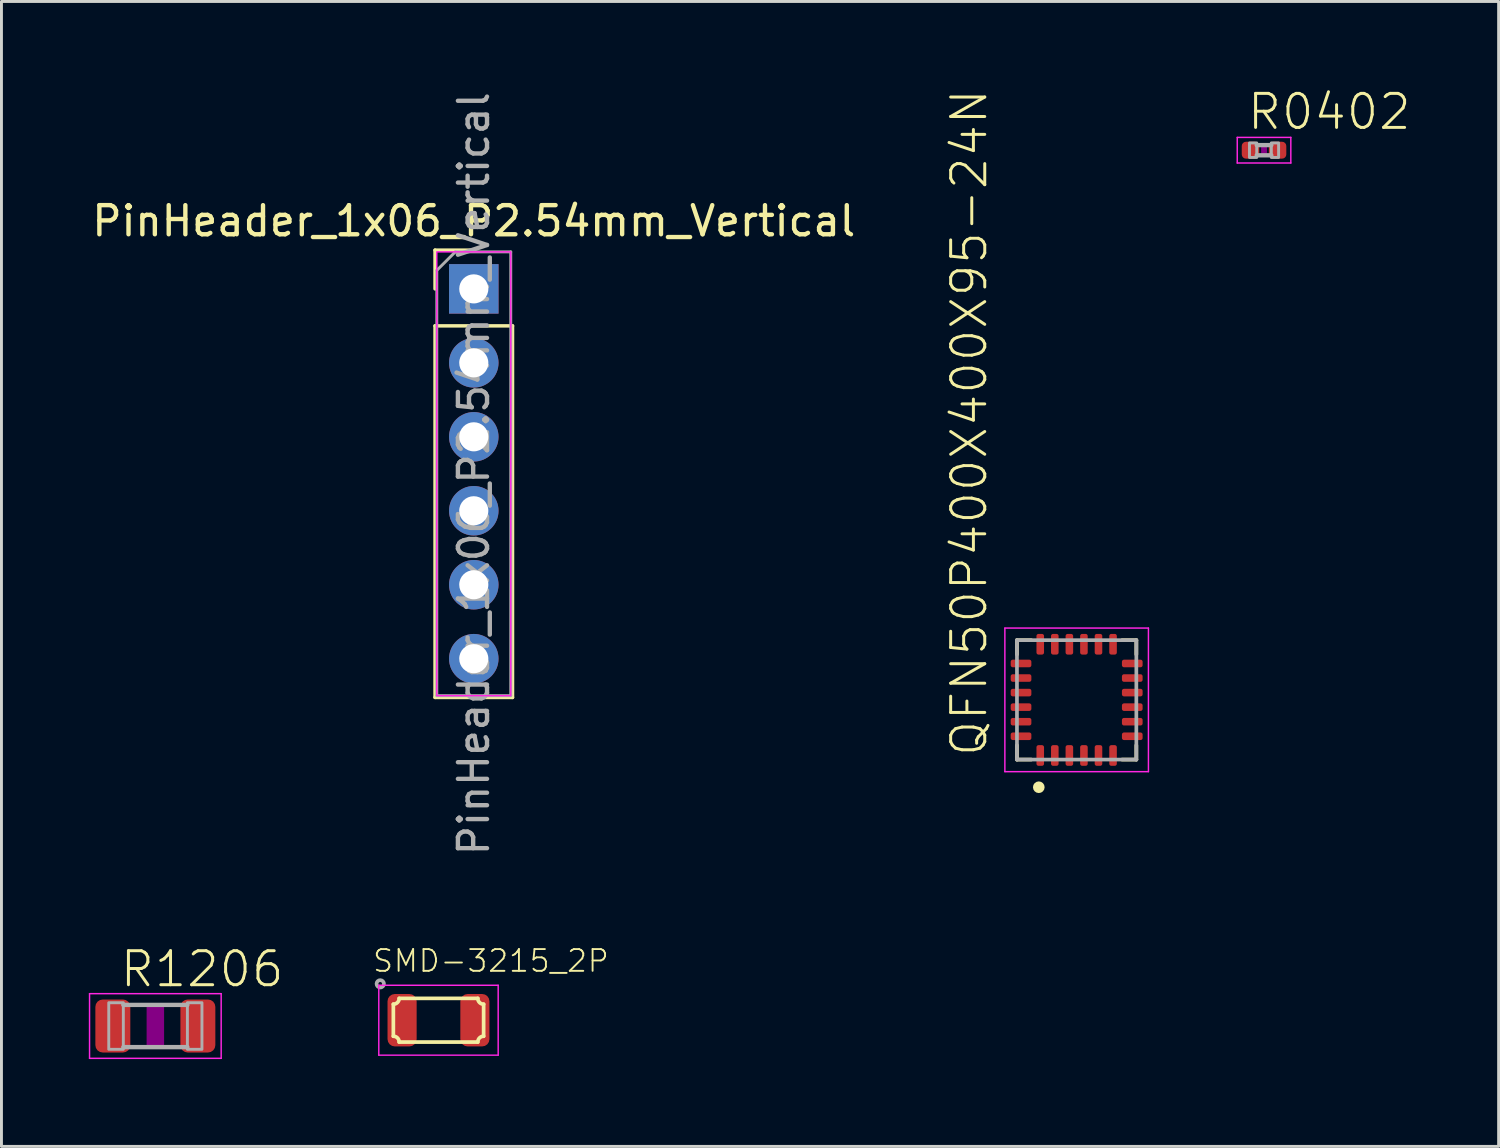
<source format=kicad_pcb>
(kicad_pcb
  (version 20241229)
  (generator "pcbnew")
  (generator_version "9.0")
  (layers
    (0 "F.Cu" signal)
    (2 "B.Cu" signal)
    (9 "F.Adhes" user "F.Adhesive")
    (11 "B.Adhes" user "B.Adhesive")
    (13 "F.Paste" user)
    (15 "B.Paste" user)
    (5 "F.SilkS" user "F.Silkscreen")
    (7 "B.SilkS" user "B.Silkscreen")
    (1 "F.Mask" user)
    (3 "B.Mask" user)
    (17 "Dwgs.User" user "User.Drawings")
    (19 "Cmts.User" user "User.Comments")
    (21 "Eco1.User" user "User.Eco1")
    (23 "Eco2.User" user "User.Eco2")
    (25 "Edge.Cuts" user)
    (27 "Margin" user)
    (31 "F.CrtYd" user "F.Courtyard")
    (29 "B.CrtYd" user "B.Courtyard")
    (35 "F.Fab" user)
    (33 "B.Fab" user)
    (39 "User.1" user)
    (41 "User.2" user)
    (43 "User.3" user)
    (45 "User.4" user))
  (footprint "QFN50P400X400X95-24N"
    (layer "F.Cu")
    (at 33.923 20.984)
    (property "Reference" "QFN50P400X400X95-24N" (at -3.007 2.004 90) (layer "F.SilkS") (effects (font (size 1.171 1.171) (thickness 0.102)) (justify left bottom)))
    (fp_line (start -2.05 -2.05) (end -1.56 -2.05) (stroke (width 0.127) (type solid)) (layer "F.SilkS"))
    (fp_line (start -2.05 -1.56) (end -2.05 -2.05) (stroke (width 0.127) (type solid)) (layer "F.SilkS"))
    (fp_line (start -2.05 1.56) (end -2.05 2.05) (stroke (width 0.127) (type solid)) (layer "F.SilkS"))
    (fp_line (start -1.56 2.05) (end -2.05 2.05) (stroke (width 0.127) (type solid)) (layer "F.SilkS"))
    (fp_line (start 1.56 -2.05) (end 2.05 -2.05) (stroke (width 0.127) (type solid)) (layer "F.SilkS"))
    (fp_line (start 2.05 -2.05) (end 2.05 -1.56) (stroke (width 0.127) (type solid)) (layer "F.SilkS"))
    (fp_line (start 2.05 1.56) (end 2.05 2.05) (stroke (width 0.127) (type solid)) (layer "F.SilkS"))
    (fp_line (start 2.05 2.05) (end 1.56 2.05) (stroke (width 0.127) (type solid)) (layer "F.SilkS"))
    (fp_circle (center -1.3 3) (end -1.2 3) (stroke (width 0.2) (type solid)) (fill no) (layer "F.SilkS"))
    (fp_line (start -2.465 -2.465) (end 2.465 -2.465) (stroke (width 0.05) (type solid)) (layer "F.CrtYd"))
    (fp_line (start -2.465 2.465) (end -2.465 -2.465) (stroke (width 0.05) (type solid)) (layer "F.CrtYd"))
    (fp_line (start 2.465 -2.465) (end 2.465 2.465) (stroke (width 0.05) (type solid)) (layer "F.CrtYd"))
    (fp_line (start 2.465 2.465) (end -2.465 2.465) (stroke (width 0.05) (type solid)) (layer "F.CrtYd"))
    (fp_line (start -2.05 -2.05) (end -2.05 2.05) (stroke (width 0.127) (type solid)) (layer "F.Fab"))
    (fp_line (start -2.05 -2.05) (end 2.05 -2.05) (stroke (width 0.127) (type solid)) (layer "F.Fab"))
    (fp_line (start -2.05 2.05) (end 2.05 2.05) (stroke (width 0.127) (type solid)) (layer "F.Fab"))
    (fp_line (start 2.05 -2.05) (end 2.05 2.05) (stroke (width 0.127) (type solid)) (layer "F.Fab"))
    (pad "1" smd roundrect (at -1.25 1.91 90) (size 0.71 0.26) (layers "F.Cu" "F.Mask" "F.Paste") (roundrect_rratio 0.27))
    (pad "2" smd roundrect (at -0.75 1.91 90) (size 0.71 0.26) (layers "F.Cu" "F.Mask" "F.Paste") (roundrect_rratio 0.27))
    (pad "3" smd roundrect (at -0.25 1.91 90) (size 0.71 0.26) (layers "F.Cu" "F.Mask" "F.Paste") (roundrect_rratio 0.27))
    (pad "4" smd roundrect (at 0.25 1.91 90) (size 0.71 0.26) (layers "F.Cu" "F.Mask" "F.Paste") (roundrect_rratio 0.27))
    (pad "5" smd roundrect (at 0.75 1.91 90) (size 0.71 0.26) (layers "F.Cu" "F.Mask" "F.Paste") (roundrect_rratio 0.27))
    (pad "6" smd roundrect (at 1.25 1.91 90) (size 0.71 0.26) (layers "F.Cu" "F.Mask" "F.Paste") (roundrect_rratio 0.27))
    (pad "7" smd roundrect (at 1.91 1.25 180) (size 0.71 0.26) (layers "F.Cu" "F.Mask" "F.Paste") (roundrect_rratio 0.27))
    (pad "8" smd roundrect (at 1.91 0.75 180) (size 0.71 0.26) (layers "F.Cu" "F.Mask" "F.Paste") (roundrect_rratio 0.27))
    (pad "9" smd roundrect (at 1.91 0.25 180) (size 0.71 0.26) (layers "F.Cu" "F.Mask" "F.Paste") (roundrect_rratio 0.27))
    (pad "10" smd roundrect (at 1.91 -0.25 180) (size 0.71 0.26) (layers "F.Cu" "F.Mask" "F.Paste") (roundrect_rratio 0.27))
    (pad "11" smd roundrect (at 1.91 -0.75 180) (size 0.71 0.26) (layers "F.Cu" "F.Mask" "F.Paste") (roundrect_rratio 0.27))
    (pad "12" smd roundrect (at 1.91 -1.25 180) (size 0.71 0.26) (layers "F.Cu" "F.Mask" "F.Paste") (roundrect_rratio 0.27))
    (pad "13" smd roundrect (at 1.25 -1.91 270) (size 0.71 0.26) (layers "F.Cu" "F.Mask" "F.Paste") (roundrect_rratio 0.27))
    (pad "14" smd roundrect (at 0.75 -1.91 270) (size 0.71 0.26) (layers "F.Cu" "F.Mask" "F.Paste") (roundrect_rratio 0.27))
    (pad "15" smd roundrect (at 0.25 -1.91 270) (size 0.71 0.26) (layers "F.Cu" "F.Mask" "F.Paste") (roundrect_rratio 0.27))
    (pad "16" smd roundrect (at -0.25 -1.91 270) (size 0.71 0.26) (layers "F.Cu" "F.Mask" "F.Paste") (roundrect_rratio 0.27))
    (pad "17" smd roundrect (at -0.75 -1.91 270) (size 0.71 0.26) (layers "F.Cu" "F.Mask" "F.Paste") (roundrect_rratio 0.27))
    (pad "18" smd roundrect (at -1.25 -1.91 270) (size 0.71 0.26) (layers "F.Cu" "F.Mask" "F.Paste") (roundrect_rratio 0.27))
    (pad "19" smd roundrect (at -1.91 -1.25) (size 0.71 0.26) (layers "F.Cu" "F.Mask" "F.Paste") (roundrect_rratio 0.27))
    (pad "20" smd roundrect (at -1.91 -0.75) (size 0.71 0.26) (layers "F.Cu" "F.Mask" "F.Paste") (roundrect_rratio 0.27))
    (pad "21" smd roundrect (at -1.91 -0.25) (size 0.71 0.26) (layers "F.Cu" "F.Mask" "F.Paste") (roundrect_rratio 0.27))
    (pad "22" smd roundrect (at -1.91 0.25) (size 0.71 0.26) (layers "F.Cu" "F.Mask" "F.Paste") (roundrect_rratio 0.27))
    (pad "23" smd roundrect (at -1.91 0.75) (size 0.71 0.26) (layers "F.Cu" "F.Mask" "F.Paste") (roundrect_rratio 0.27))
    (pad "24" smd roundrect (at -1.91 1.25) (size 0.71 0.26) (layers "F.Cu" "F.Mask" "F.Paste") (roundrect_rratio 0.27)))
  (footprint "SMD-3215_2P"
    (layer "F.Cu")
    (at 12.008 31.985)
    (property "Reference" "SMD-3215_2P" (at -2.302 -1.601 0) (layer "F.SilkS") (effects (font (size 0.748 0.748) (thickness 0.065)) (justify left bottom)))
    (fp_line (start -1.55 0.55) (end -1.55 -0.55) (stroke (width 0.127) (type solid)) (layer "F.SilkS"))
    (fp_line (start -1.35 -0.75) (end 1.35 -0.75) (stroke (width 0.127) (type solid)) (layer "F.SilkS"))
    (fp_line (start 1.35 0.75) (end -1.35 0.75) (stroke (width 0.127) (type solid)) (layer "F.SilkS"))
    (fp_line (start 1.55 0.55) (end 1.55 -0.55) (stroke (width 0.127) (type solid)) (layer "F.SilkS"))
    (fp_arc (start -1.55 0.55) (mid -1.408579 0.608579) (end -1.35 0.75) (stroke (width 0.127) (type solid)) (layer "F.SilkS"))
    (fp_arc (start -1.35 -0.75) (mid -1.408579 -0.608579) (end -1.55 -0.55) (stroke (width 0.127) (type solid)) (layer "F.SilkS"))
    (fp_arc (start 1.35 0.75) (mid 1.408579 0.608579) (end 1.55 0.55) (stroke (width 0.127) (type solid)) (layer "F.SilkS"))
    (fp_arc (start 1.55 -0.55) (mid 1.408579 -0.608579) (end 1.35 -0.75) (stroke (width 0.127) (type solid)) (layer "F.SilkS"))
    (fp_line (start -2.05 -1.2) (end 2.05 -1.2) (stroke (width 0.05) (type solid)) (layer "F.CrtYd"))
    (fp_line (start -2.05 1.2) (end -2.05 -1.2) (stroke (width 0.05) (type solid)) (layer "F.CrtYd"))
    (fp_line (start 2.05 -1.2) (end 2.05 1.2) (stroke (width 0.05) (type solid)) (layer "F.CrtYd"))
    (fp_line (start 2.05 1.2) (end -2.05 1.2) (stroke (width 0.05) (type solid)) (layer "F.CrtYd"))
    (fp_circle (center -2 -1.25) (end -1.937 -1.25) (stroke (width 0.127) (type solid)) (fill no) (layer "F.Fab"))
    (pad "1" smd roundrect (at -1.25 0) (size 1 1.8) (layers "F.Cu" "F.Mask" "F.Paste") (roundrect_rratio 0.25))
    (pad "2" smd roundrect (at 1.25 0) (size 1 1.8) (layers "F.Cu" "F.Mask" "F.Paste") (roundrect_rratio 0.25)))
  (footprint "PinHeader_1x06_P2.54mm_Vertical"
    (layer "F.Cu")
    (at 13.22 6.87)
    (property "Reference" "PinHeader_1x06_P2.54mm_Vertical" (at 0 -2.33 180) (layer "F.SilkS") (effects (font (size 1 1) (thickness 0.15))))
    (attr through_hole)
    (fp_line (start -1.33 -1.33) (end 0 -1.33) (stroke (width 0.12) (type solid)) (layer "F.SilkS"))
    (fp_line (start -1.33 0) (end -1.33 -1.33) (stroke (width 0.12) (type solid)) (layer "F.SilkS"))
    (fp_line (start -1.33 1.27) (end -1.33 14.03) (stroke (width 0.12) (type solid)) (layer "F.SilkS"))
    (fp_line (start -1.33 1.27) (end 1.33 1.27) (stroke (width 0.12) (type solid)) (layer "F.SilkS"))
    (fp_line (start -1.33 14.03) (end 1.33 14.03) (stroke (width 0.12) (type solid)) (layer "F.SilkS"))
    (fp_line (start 1.33 1.27) (end 1.33 14.03) (stroke (width 0.12) (type solid)) (layer "F.SilkS"))
    (fp_rect (start -1.27 -1.27) (end 1.27 13.97) (stroke (width 0.05) (type solid)) (fill no) (layer "F.CrtYd"))
    (fp_line (start -1.27 -0.635) (end -0.635 -1.27) (stroke (width 0.1) (type solid)) (layer "F.Fab"))
    (fp_line (start -1.27 13.97) (end -1.27 -0.635) (stroke (width 0.1) (type solid)) (layer "F.Fab"))
    (fp_line (start -0.635 -1.27) (end 1.27 -1.27) (stroke (width 0.1) (type solid)) (layer "F.Fab"))
    (fp_line (start 1.27 -1.27) (end 1.27 13.97) (stroke (width 0.1) (type solid)) (layer "F.Fab"))
    (fp_line (start 1.27 13.97) (end -1.27 13.97) (stroke (width 0.1) (type solid)) (layer "F.Fab"))
    (fp_text user "${REFERENCE}" (at 0 6.35 90) (layer "F.Fab") (effects (font (size 1 1) (thickness 0.15))))
    (pad "1" thru_hole rect (at 0 0) (size 1.7 1.7) (drill 1) (layers "*.Cu" "*.Mask"))
    (pad "2" thru_hole oval (at 0 2.54) (size 1.7 1.7) (drill 1) (layers "*.Cu" "*.Mask"))
    (pad "3" thru_hole oval (at 0 5.08) (size 1.7 1.7) (drill 1) (layers "*.Cu" "*.Mask"))
    (pad "4" thru_hole oval (at 0 7.62) (size 1.7 1.7) (drill 1) (layers "*.Cu" "*.Mask"))
    (pad "5" thru_hole oval (at 0 10.16) (size 1.7 1.7) (drill 1) (layers "*.Cu" "*.Mask"))
    (pad "6" thru_hole oval (at 0 12.7) (size 1.7 1.7) (drill 1) (layers "*.Cu" "*.Mask")))
  (footprint "R1206"
    (layer "F.Cu")
    (at 2.285 32.184)
    (property "Reference" "R1206" (at -1.27 -1.27 0) (layer "F.SilkS") (effects (font (size 1.168 1.168) (thickness 0.102)) (justify left bottom)))
    (fp_poly (pts (xy -0.3 0.7) (xy 0.3 0.7) (xy 0.3 -0.7) (xy -0.3 -0.7)) (stroke (width 0) (type solid)) (fill yes) (layer "F.Adhes"))
    (fp_line (start -2.26 -1.11) (end 2.26 -1.11) (stroke (width 0.05) (type solid)) (layer "F.CrtYd"))
    (fp_line (start -2.26 1.11) (end -2.26 -1.11) (stroke (width 0.05) (type solid)) (layer "F.CrtYd"))
    (fp_line (start 2.26 -1.11) (end 2.26 1.11) (stroke (width 0.05) (type solid)) (layer "F.CrtYd"))
    (fp_line (start 2.26 1.11) (end -2.26 1.11) (stroke (width 0.05) (type solid)) (layer "F.CrtYd"))
    (fp_line (start 1.1 -0.725) (end -1.1 -0.725) (stroke (width 0.15) (type solid)) (layer "F.Fab"))
    (fp_line (start 1.1 0.725) (end -1.1 0.725) (stroke (width 0.15) (type solid)) (layer "F.Fab"))
    (fp_poly (pts (xy -1.6 0.8) (xy -1.1 0.8) (xy -1.1 -0.8) (xy -1.6 -0.8)) (stroke (width 0.1) (type solid)) (fill no) (layer "F.Fab"))
    (fp_poly (pts (xy 1.1 0.8) (xy 1.6 0.8) (xy 1.6 -0.8) (xy 1.1 -0.8)) (stroke (width 0.1) (type solid)) (fill no) (layer "F.Fab"))
    (pad "1" smd roundrect (at -1.46 0 180) (size 1.2 1.82) (layers "F.Cu" "F.Mask" "F.Paste") (roundrect_rratio 0.21))
    (pad "2" smd roundrect (at 1.46 0) (size 1.2 1.82) (layers "F.Cu" "F.Mask" "F.Paste") (roundrect_rratio 0.21)))
  (footprint "R0402"
    (layer "F.Cu")
    (at 40.358 2.108)
    (property "Reference" "R0402" (at -0.635 -0.635 0) (layer "F.SilkS") (effects (font (size 1.168 1.168) (thickness 0.102)) (justify left bottom)))
    (fp_poly (pts (xy -0.1 0.2) (xy 0.1 0.2) (xy 0.1 -0.2) (xy -0.1 -0.2)) (stroke (width 0) (type solid)) (fill yes) (layer "F.Adhes"))
    (fp_line (start -0.92 -0.44) (end 0.92 -0.44) (stroke (width 0.05) (type solid)) (layer "F.CrtYd"))
    (fp_line (start -0.92 0.44) (end -0.92 -0.44) (stroke (width 0.05) (type solid)) (layer "F.CrtYd"))
    (fp_line (start 0.92 -0.44) (end 0.92 0.44) (stroke (width 0.05) (type solid)) (layer "F.CrtYd"))
    (fp_line (start 0.92 0.44) (end -0.92 0.44) (stroke (width 0.05) (type solid)) (layer "F.CrtYd"))
    (fp_line (start -0.25 -0.175) (end 0.25 -0.175) (stroke (width 0.15) (type solid)) (layer "F.Fab"))
    (fp_line (start 0.25 0.175) (end -0.25 0.175) (stroke (width 0.15) (type solid)) (layer "F.Fab"))
    (fp_poly (pts (xy -0.5 0.25) (xy -0.25 0.25) (xy -0.25 -0.25) (xy -0.5 -0.25)) (stroke (width 0.1) (type solid)) (fill no) (layer "F.Fab"))
    (fp_poly (pts (xy 0.25 0.25) (xy 0.5 0.25) (xy 0.5 -0.25) (xy 0.25 -0.25)) (stroke (width 0.1) (type solid)) (fill no) (layer "F.Fab"))
    (pad "1" smd roundrect (at -0.465 0 180) (size 0.6 0.58) (layers "F.Cu" "F.Mask" "F.Paste") (roundrect_rratio 0.25))
    (pad "2" smd roundrect (at 0.465 0) (size 0.6 0.58) (layers "F.Cu" "F.Mask" "F.Paste") (roundrect_rratio 0.25)))
  (gr_rect
    (start -3 -3)
    (end 48.414 36.319)
    (stroke (width 0.1) (type default))
    (fill no)
    (layer "Edge.Cuts")))
</source>
